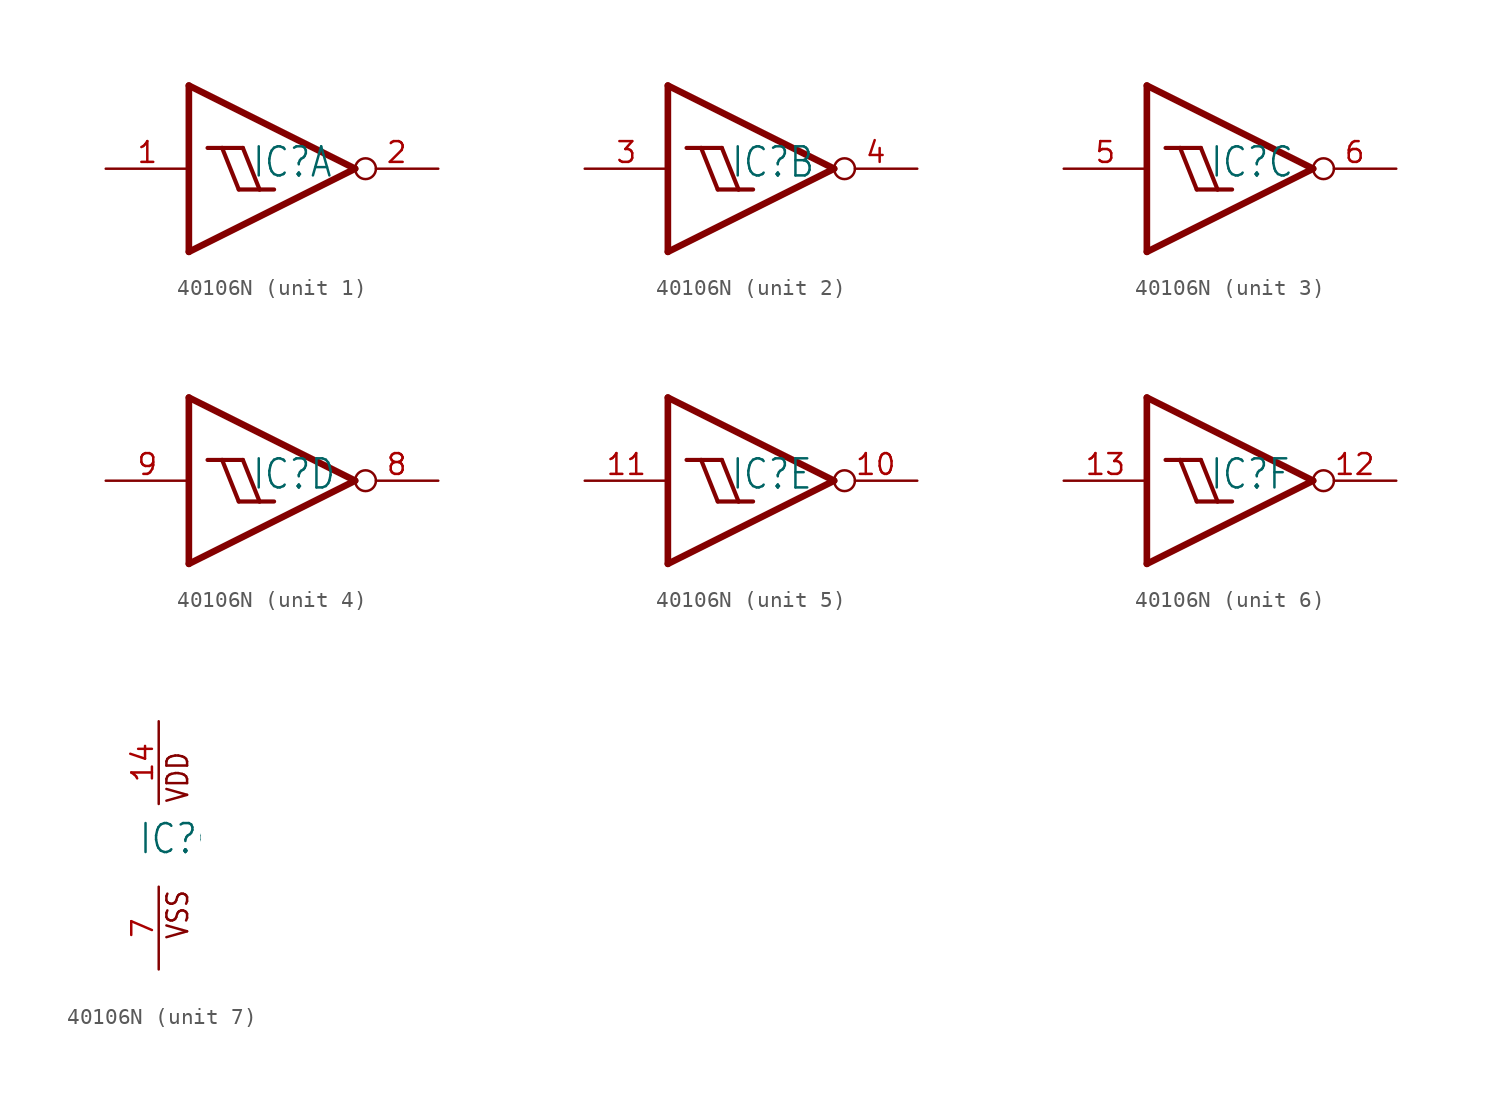
<source format=kicad_sym>
(kicad_symbol_lib
  (version 20211014)
  (generator kicad_symbol_editor)
  (symbol "40106N"
    (property "Reference" "IC"
      (at -1.27 -0.635 0)
      (effects (font (size 1.778 1.511)) (justify left bottom)))
    (property "ki_locked" ""
      (at 0 0 0)
      (effects (font (size 1.27 1.27))))
    (symbol "40106N_1_0"
      (polyline (pts (xy -5.08 -5.08) (xy -5.08 5.08)) (stroke (width 0.406) (type default) (color 0 0 0 0)) (fill (type none)))
      (polyline (pts (xy -5.08 5.08) (xy 5.08 0)) (stroke (width 0.406) (type default) (color 0 0 0 0)) (fill (type none)))
      (polyline (pts (xy -3.937 1.27) (xy -3.048 1.27)) (stroke (width 0.254) (type default) (color 0 0 0 0)) (fill (type none)))
      (polyline (pts (xy -3.048 1.27) (xy -1.778 1.27)) (stroke (width 0.254) (type default) (color 0 0 0 0)) (fill (type none)))
      (polyline (pts (xy -2.032 -1.27) (xy -3.048 1.27)) (stroke (width 0.254) (type default) (color 0 0 0 0)) (fill (type none)))
      (polyline (pts (xy -2.032 -1.27) (xy -0.762 -1.27)) (stroke (width 0.254) (type default) (color 0 0 0 0)) (fill (type none)))
      (polyline (pts (xy -0.762 -1.27) (xy -1.778 1.27)) (stroke (width 0.254) (type default) (color 0 0 0 0)) (fill (type none)))
      (polyline (pts (xy -0.762 -1.27) (xy 0.127 -1.27)) (stroke (width 0.254) (type default) (color 0 0 0 0)) (fill (type none)))
      (polyline (pts (xy 5.08 0) (xy -5.08 -5.08)) (stroke (width 0.406) (type default) (color 0 0 0 0)) (fill (type none)))
      (pin input line (at -10.16 0 0) (length 5.08) (name "I" (effects (font (size 0 0)))) (number "1" (effects (font (size 1.27 1.27)))))
      (pin output inverted (at 10.16 0 180) (length 5.08) (name "O" (effects (font (size 0 0)))) (number "2" (effects (font (size 1.27 1.27))))))
    (symbol "40106N_2_0"
      (polyline (pts (xy -5.08 -5.08) (xy -5.08 5.08)) (stroke (width 0.406) (type default) (color 0 0 0 0)) (fill (type none)))
      (polyline (pts (xy -5.08 5.08) (xy 5.08 0)) (stroke (width 0.406) (type default) (color 0 0 0 0)) (fill (type none)))
      (polyline (pts (xy -3.937 1.27) (xy -3.048 1.27)) (stroke (width 0.254) (type default) (color 0 0 0 0)) (fill (type none)))
      (polyline (pts (xy -3.048 1.27) (xy -1.778 1.27)) (stroke (width 0.254) (type default) (color 0 0 0 0)) (fill (type none)))
      (polyline (pts (xy -2.032 -1.27) (xy -3.048 1.27)) (stroke (width 0.254) (type default) (color 0 0 0 0)) (fill (type none)))
      (polyline (pts (xy -2.032 -1.27) (xy -0.762 -1.27)) (stroke (width 0.254) (type default) (color 0 0 0 0)) (fill (type none)))
      (polyline (pts (xy -0.762 -1.27) (xy -1.778 1.27)) (stroke (width 0.254) (type default) (color 0 0 0 0)) (fill (type none)))
      (polyline (pts (xy -0.762 -1.27) (xy 0.127 -1.27)) (stroke (width 0.254) (type default) (color 0 0 0 0)) (fill (type none)))
      (polyline (pts (xy 5.08 0) (xy -5.08 -5.08)) (stroke (width 0.406) (type default) (color 0 0 0 0)) (fill (type none)))
      (pin input line (at -10.16 0 0) (length 5.08) (name "I" (effects (font (size 0 0)))) (number "3" (effects (font (size 1.27 1.27)))))
      (pin output inverted (at 10.16 0 180) (length 5.08) (name "O" (effects (font (size 0 0)))) (number "4" (effects (font (size 1.27 1.27))))))
    (symbol "40106N_3_0"
      (polyline (pts (xy -5.08 -5.08) (xy -5.08 5.08)) (stroke (width 0.406) (type default) (color 0 0 0 0)) (fill (type none)))
      (polyline (pts (xy -5.08 5.08) (xy 5.08 0)) (stroke (width 0.406) (type default) (color 0 0 0 0)) (fill (type none)))
      (polyline (pts (xy -3.937 1.27) (xy -3.048 1.27)) (stroke (width 0.254) (type default) (color 0 0 0 0)) (fill (type none)))
      (polyline (pts (xy -3.048 1.27) (xy -1.778 1.27)) (stroke (width 0.254) (type default) (color 0 0 0 0)) (fill (type none)))
      (polyline (pts (xy -2.032 -1.27) (xy -3.048 1.27)) (stroke (width 0.254) (type default) (color 0 0 0 0)) (fill (type none)))
      (polyline (pts (xy -2.032 -1.27) (xy -0.762 -1.27)) (stroke (width 0.254) (type default) (color 0 0 0 0)) (fill (type none)))
      (polyline (pts (xy -0.762 -1.27) (xy -1.778 1.27)) (stroke (width 0.254) (type default) (color 0 0 0 0)) (fill (type none)))
      (polyline (pts (xy -0.762 -1.27) (xy 0.127 -1.27)) (stroke (width 0.254) (type default) (color 0 0 0 0)) (fill (type none)))
      (polyline (pts (xy 5.08 0) (xy -5.08 -5.08)) (stroke (width 0.406) (type default) (color 0 0 0 0)) (fill (type none)))
      (pin input line (at -10.16 0 0) (length 5.08) (name "I" (effects (font (size 0 0)))) (number "5" (effects (font (size 1.27 1.27)))))
      (pin output inverted (at 10.16 0 180) (length 5.08) (name "O" (effects (font (size 0 0)))) (number "6" (effects (font (size 1.27 1.27))))))
    (symbol "40106N_4_0"
      (polyline (pts (xy -5.08 -5.08) (xy -5.08 5.08)) (stroke (width 0.406) (type default) (color 0 0 0 0)) (fill (type none)))
      (polyline (pts (xy -5.08 5.08) (xy 5.08 0)) (stroke (width 0.406) (type default) (color 0 0 0 0)) (fill (type none)))
      (polyline (pts (xy -3.937 1.27) (xy -3.048 1.27)) (stroke (width 0.254) (type default) (color 0 0 0 0)) (fill (type none)))
      (polyline (pts (xy -3.048 1.27) (xy -1.778 1.27)) (stroke (width 0.254) (type default) (color 0 0 0 0)) (fill (type none)))
      (polyline (pts (xy -2.032 -1.27) (xy -3.048 1.27)) (stroke (width 0.254) (type default) (color 0 0 0 0)) (fill (type none)))
      (polyline (pts (xy -2.032 -1.27) (xy -0.762 -1.27)) (stroke (width 0.254) (type default) (color 0 0 0 0)) (fill (type none)))
      (polyline (pts (xy -0.762 -1.27) (xy -1.778 1.27)) (stroke (width 0.254) (type default) (color 0 0 0 0)) (fill (type none)))
      (polyline (pts (xy -0.762 -1.27) (xy 0.127 -1.27)) (stroke (width 0.254) (type default) (color 0 0 0 0)) (fill (type none)))
      (polyline (pts (xy 5.08 0) (xy -5.08 -5.08)) (stroke (width 0.406) (type default) (color 0 0 0 0)) (fill (type none)))
      (pin output inverted (at 10.16 0 180) (length 5.08) (name "O" (effects (font (size 0 0)))) (number "8" (effects (font (size 1.27 1.27)))))
      (pin input line (at -10.16 0 0) (length 5.08) (name "I" (effects (font (size 0 0)))) (number "9" (effects (font (size 1.27 1.27))))))
    (symbol "40106N_5_0"
      (polyline (pts (xy -5.08 -5.08) (xy -5.08 5.08)) (stroke (width 0.406) (type default) (color 0 0 0 0)) (fill (type none)))
      (polyline (pts (xy -5.08 5.08) (xy 5.08 0)) (stroke (width 0.406) (type default) (color 0 0 0 0)) (fill (type none)))
      (polyline (pts (xy -3.937 1.27) (xy -3.048 1.27)) (stroke (width 0.254) (type default) (color 0 0 0 0)) (fill (type none)))
      (polyline (pts (xy -3.048 1.27) (xy -1.778 1.27)) (stroke (width 0.254) (type default) (color 0 0 0 0)) (fill (type none)))
      (polyline (pts (xy -2.032 -1.27) (xy -3.048 1.27)) (stroke (width 0.254) (type default) (color 0 0 0 0)) (fill (type none)))
      (polyline (pts (xy -2.032 -1.27) (xy -0.762 -1.27)) (stroke (width 0.254) (type default) (color 0 0 0 0)) (fill (type none)))
      (polyline (pts (xy -0.762 -1.27) (xy -1.778 1.27)) (stroke (width 0.254) (type default) (color 0 0 0 0)) (fill (type none)))
      (polyline (pts (xy -0.762 -1.27) (xy 0.127 -1.27)) (stroke (width 0.254) (type default) (color 0 0 0 0)) (fill (type none)))
      (polyline (pts (xy 5.08 0) (xy -5.08 -5.08)) (stroke (width 0.406) (type default) (color 0 0 0 0)) (fill (type none)))
      (pin output inverted (at 10.16 0 180) (length 5.08) (name "O" (effects (font (size 0 0)))) (number "10" (effects (font (size 1.27 1.27)))))
      (pin input line (at -10.16 0 0) (length 5.08) (name "I" (effects (font (size 0 0)))) (number "11" (effects (font (size 1.27 1.27))))))
    (symbol "40106N_6_0"
      (polyline (pts (xy -5.08 -5.08) (xy -5.08 5.08)) (stroke (width 0.406) (type default) (color 0 0 0 0)) (fill (type none)))
      (polyline (pts (xy -5.08 5.08) (xy 5.08 0)) (stroke (width 0.406) (type default) (color 0 0 0 0)) (fill (type none)))
      (polyline (pts (xy -3.937 1.27) (xy -3.048 1.27)) (stroke (width 0.254) (type default) (color 0 0 0 0)) (fill (type none)))
      (polyline (pts (xy -3.048 1.27) (xy -1.778 1.27)) (stroke (width 0.254) (type default) (color 0 0 0 0)) (fill (type none)))
      (polyline (pts (xy -2.032 -1.27) (xy -3.048 1.27)) (stroke (width 0.254) (type default) (color 0 0 0 0)) (fill (type none)))
      (polyline (pts (xy -2.032 -1.27) (xy -0.762 -1.27)) (stroke (width 0.254) (type default) (color 0 0 0 0)) (fill (type none)))
      (polyline (pts (xy -0.762 -1.27) (xy -1.778 1.27)) (stroke (width 0.254) (type default) (color 0 0 0 0)) (fill (type none)))
      (polyline (pts (xy -0.762 -1.27) (xy 0.127 -1.27)) (stroke (width 0.254) (type default) (color 0 0 0 0)) (fill (type none)))
      (polyline (pts (xy 5.08 0) (xy -5.08 -5.08)) (stroke (width 0.406) (type default) (color 0 0 0 0)) (fill (type none)))
      (pin output inverted (at 10.16 0 180) (length 5.08) (name "O" (effects (font (size 0 0)))) (number "12" (effects (font (size 1.27 1.27)))))
      (pin input line (at -10.16 0 0) (length 5.08) (name "I" (effects (font (size 0 0)))) (number "13" (effects (font (size 1.27 1.27))))))
    (symbol "40106N_7_0"
      (text "VDD" (at 1.905 2.54 900) (effects (font (size 1.27 1.079)) (justify left bottom)))
      (text "VSS" (at 1.905 -5.842 900) (effects (font (size 1.27 1.079)) (justify left bottom)))
      (pin power_in line (at 0 7.62 270) (length 5.08) (name "VDD" (effects (font (size 0 0)))) (number "14" (effects (font (size 1.27 1.27)))))
      (pin power_in line (at 0 -7.62 90) (length 5.08) (name "VSS" (effects (font (size 0 0)))) (number "7" (effects (font (size 1.27 1.27))))))))
</source>
